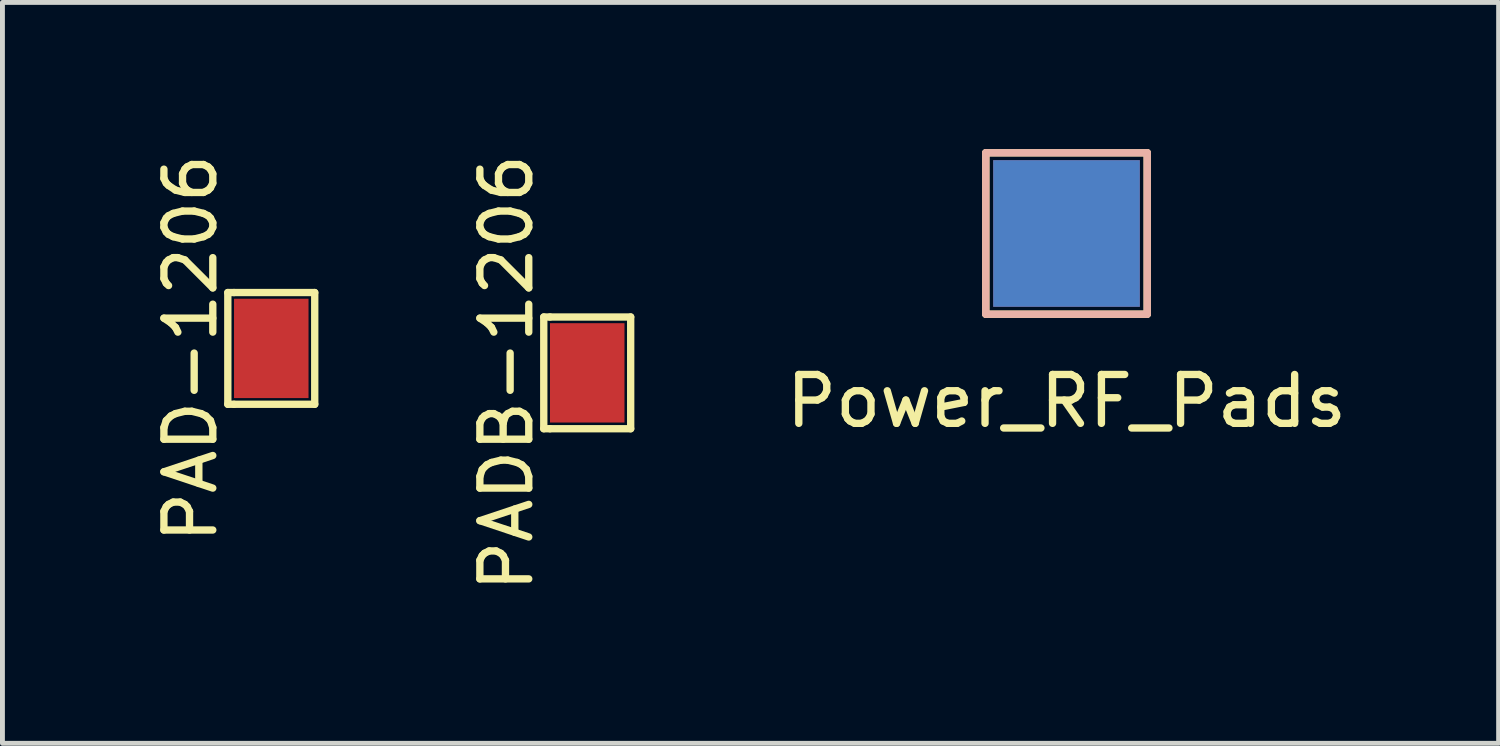
<source format=kicad_pcb>
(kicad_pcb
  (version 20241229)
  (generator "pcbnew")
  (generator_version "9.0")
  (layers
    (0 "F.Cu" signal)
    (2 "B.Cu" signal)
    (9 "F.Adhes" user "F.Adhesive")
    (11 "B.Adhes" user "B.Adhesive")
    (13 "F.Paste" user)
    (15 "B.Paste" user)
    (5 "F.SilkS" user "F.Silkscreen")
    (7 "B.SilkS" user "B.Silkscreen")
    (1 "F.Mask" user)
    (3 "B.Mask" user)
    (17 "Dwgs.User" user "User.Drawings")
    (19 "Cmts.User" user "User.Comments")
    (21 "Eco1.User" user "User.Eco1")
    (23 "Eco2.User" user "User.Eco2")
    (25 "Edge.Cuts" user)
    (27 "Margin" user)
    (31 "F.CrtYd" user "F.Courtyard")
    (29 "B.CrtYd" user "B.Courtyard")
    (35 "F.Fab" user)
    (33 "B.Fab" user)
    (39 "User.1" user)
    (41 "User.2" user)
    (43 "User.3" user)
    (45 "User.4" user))
  (footprint "Power_RF_Pads"
    (layer "F.Cu")
    (at 18.766 1.726)
    (property "Reference" "Power_RF_Pads" (at 0 3.429 0) (layer "F.SilkS") (effects (font (size 1 1) (thickness 0.15))))
    (attr through_hole)
    (fp_line (start -1.651 -1.651) (end 1.651 -1.651) (stroke (width 0.15) (type solid)) (layer "F.SilkS"))
    (fp_line (start -1.651 1.651) (end -1.651 -1.651) (stroke (width 0.15) (type solid)) (layer "F.SilkS"))
    (fp_line (start 1.651 -1.651) (end 1.651 1.651) (stroke (width 0.15) (type solid)) (layer "F.SilkS"))
    (fp_line (start 1.651 1.651) (end -1.651 1.651) (stroke (width 0.15) (type solid)) (layer "F.SilkS"))
    (fp_line (start -1.651 -1.651) (end 1.651 -1.651) (stroke (width 0.15) (type solid)) (layer "B.SilkS"))
    (fp_line (start -1.651 1.651) (end -1.651 -1.651) (stroke (width 0.15) (type solid)) (layer "B.SilkS"))
    (fp_line (start 1.651 -1.651) (end 1.651 1.651) (stroke (width 0.15) (type solid)) (layer "B.SilkS"))
    (fp_line (start 1.651 1.651) (end -1.651 1.651) (stroke (width 0.15) (type solid)) (layer "B.SilkS"))
    (pad "1" smd rect (at 0 0) (size 3 3) (layers "F.Cu" "F.Mask" "F.Paste"))
    (pad "2" smd rect (at 0 0) (size 3 3) (layers "B.Cu" "B.Mask" "B.Paste")))
  (footprint "PAD-1206"
    (layer "F.Cu")
    (at 0.848 4.077)
    (property "Reference" "PAD-1206" (at 0 0 90) (layer "F.SilkS") (effects (font (size 1 1) (thickness 0.15))))
    (attr smd)
    (fp_line (start 0.762 -1.143) (end 0.762 1.143) (stroke (width 0.15) (type solid)) (layer "F.SilkS"))
    (fp_line (start 0.762 1.143) (end 0.889 1.143) (stroke (width 0.15) (type solid)) (layer "F.SilkS"))
    (fp_line (start 0.889 -1.143) (end 0.762 -1.143) (stroke (width 0.15) (type solid)) (layer "F.SilkS"))
    (fp_line (start 0.889 -1.143) (end 2.54 -1.143) (stroke (width 0.15) (type solid)) (layer "F.SilkS"))
    (fp_line (start 2.54 -1.143) (end 2.54 1.143) (stroke (width 0.15) (type solid)) (layer "F.SilkS"))
    (fp_line (start 2.54 1.143) (end 0.889 1.143) (stroke (width 0.15) (type solid)) (layer "F.SilkS"))
    (pad "" smd rect (at 1.651 0) (size 1.524 2.032) (layers "F.Cu" "F.Mask" "F.Paste")))
  (footprint "PADB-1206"
    (layer "F.Cu")
    (at 7.311 4.577)
    (property "Reference" "PADB-1206" (at 0 0 90) (layer "F.SilkS") (effects (font (size 1 1) (thickness 0.15))))
    (attr smd)
    (fp_line (start 0.762 -1.143) (end 0.762 1.143) (stroke (width 0.15) (type solid)) (layer "F.SilkS"))
    (fp_line (start 0.762 1.143) (end 0.889 1.143) (stroke (width 0.15) (type solid)) (layer "F.SilkS"))
    (fp_line (start 0.889 -1.143) (end 0.762 -1.143) (stroke (width 0.15) (type solid)) (layer "F.SilkS"))
    (fp_line (start 0.889 -1.143) (end 2.54 -1.143) (stroke (width 0.15) (type solid)) (layer "F.SilkS"))
    (fp_line (start 2.54 -1.143) (end 2.54 1.143) (stroke (width 0.15) (type solid)) (layer "F.SilkS"))
    (fp_line (start 2.54 1.143) (end 0.889 1.143) (stroke (width 0.15) (type solid)) (layer "F.SilkS"))
    (pad "" smd rect (at 1.651 0) (size 1.524 2.032) (layers "F.Cu" "B.Mask" "B.Paste")))
  (gr_rect
    (start -3 -3)
    (end 27.605 12.155)
    (stroke (width 0.1) (type default))
    (fill no)
    (layer "Edge.Cuts")))
</source>
